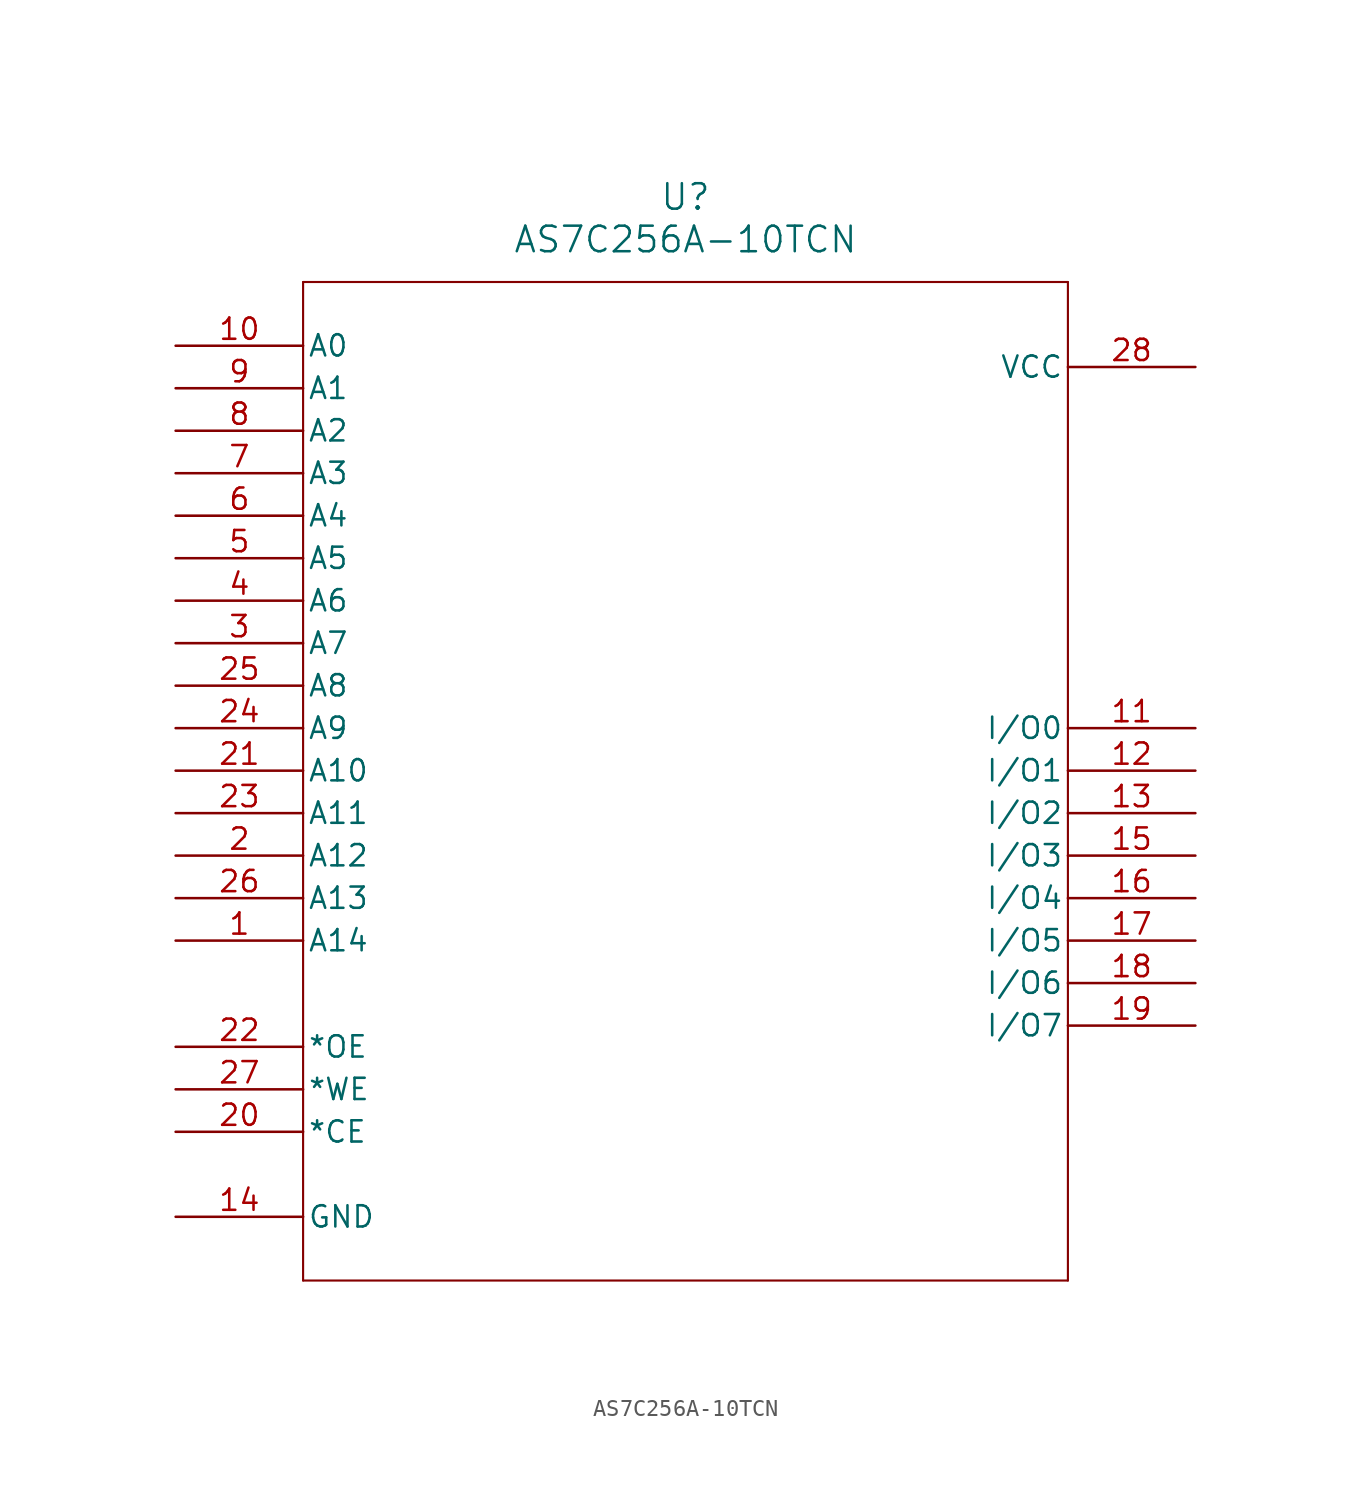
<source format=kicad_sym>
(kicad_symbol_lib
  (version 20241209)
  (generator "kicad_symbol_editor")
  (generator_version "9.0")
  (symbol "AS7C256A-10TCN"
    (pin_names
      (offset 0.254))
    (property "Reference" "U"
      (at 30.48 10.16 0)
      (effects (font (size 1.524 1.524))))
    (property "Value" "AS7C256A-10TCN"
      (at 30.48 7.62 0)
      (effects (font (size 1.524 1.524))))
    (property "ki_locked" ""
      (at 0 0 0)
      (effects (font (size 1.27 1.27))))
    (symbol "AS7C256A-10TCN_0_1"
      (polyline (pts (xy 7.62 5.08) (xy 7.62 -54.61)) (stroke (width 0.127) (type default)) (fill (type none)))
      (polyline (pts (xy 7.62 -54.61) (xy 53.34 -54.61)) (stroke (width 0.127) (type default)) (fill (type none)))
      (polyline (pts (xy 53.34 5.08) (xy 7.62 5.08)) (stroke (width 0.127) (type default)) (fill (type none)))
      (polyline (pts (xy 53.34 -54.61) (xy 53.34 5.08)) (stroke (width 0.127) (type default)) (fill (type none)))
      (pin input line (at 0 1.27 0) (length 7.62) (name "A0" (effects (font (size 1.27 1.27)))) (number "10" (effects (font (size 1.27 1.27)))))
      (pin input line (at 0 -1.27 0) (length 7.62) (name "A1" (effects (font (size 1.27 1.27)))) (number "9" (effects (font (size 1.27 1.27)))))
      (pin input line (at 0 -3.81 0) (length 7.62) (name "A2" (effects (font (size 1.27 1.27)))) (number "8" (effects (font (size 1.27 1.27)))))
      (pin input line (at 0 -6.35 0) (length 7.62) (name "A3" (effects (font (size 1.27 1.27)))) (number "7" (effects (font (size 1.27 1.27)))))
      (pin input line (at 0 -8.89 0) (length 7.62) (name "A4" (effects (font (size 1.27 1.27)))) (number "6" (effects (font (size 1.27 1.27)))))
      (pin input line (at 0 -11.43 0) (length 7.62) (name "A5" (effects (font (size 1.27 1.27)))) (number "5" (effects (font (size 1.27 1.27)))))
      (pin input line (at 0 -13.97 0) (length 7.62) (name "A6" (effects (font (size 1.27 1.27)))) (number "4" (effects (font (size 1.27 1.27)))))
      (pin input line (at 0 -16.51 0) (length 7.62) (name "A7" (effects (font (size 1.27 1.27)))) (number "3" (effects (font (size 1.27 1.27)))))
      (pin input line (at 0 -19.05 0) (length 7.62) (name "A8" (effects (font (size 1.27 1.27)))) (number "25" (effects (font (size 1.27 1.27)))))
      (pin input line (at 0 -21.59 0) (length 7.62) (name "A9" (effects (font (size 1.27 1.27)))) (number "24" (effects (font (size 1.27 1.27)))))
      (pin input line (at 0 -24.13 0) (length 7.62) (name "A10" (effects (font (size 1.27 1.27)))) (number "21" (effects (font (size 1.27 1.27)))))
      (pin input line (at 0 -26.67 0) (length 7.62) (name "A11" (effects (font (size 1.27 1.27)))) (number "23" (effects (font (size 1.27 1.27)))))
      (pin input line (at 0 -29.21 0) (length 7.62) (name "A12" (effects (font (size 1.27 1.27)))) (number "2" (effects (font (size 1.27 1.27)))))
      (pin input line (at 0 -31.75 0) (length 7.62) (name "A13" (effects (font (size 1.27 1.27)))) (number "26" (effects (font (size 1.27 1.27)))))
      (pin input line (at 0 -34.29 0) (length 7.62) (name "A14" (effects (font (size 1.27 1.27)))) (number "1" (effects (font (size 1.27 1.27)))))
      (pin bidirectional line (at 0 -40.64 0) (length 7.62) (name "*OE" (effects (font (size 1.27 1.27)))) (number "22" (effects (font (size 1.27 1.27)))))
      (pin input line (at 0 -43.18 0) (length 7.62) (name "*WE" (effects (font (size 1.27 1.27)))) (number "27" (effects (font (size 1.27 1.27)))))
      (pin input line (at 0 -45.72 0) (length 7.62) (name "*CE" (effects (font (size 1.27 1.27)))) (number "20" (effects (font (size 1.27 1.27)))))
      (pin power_in line (at 0 -50.8 0) (length 7.62) (name "GND" (effects (font (size 1.27 1.27)))) (number "14" (effects (font (size 1.27 1.27)))))
      (pin power_in line (at 60.96 0 180) (length 7.62) (name "VCC" (effects (font (size 1.27 1.27)))) (number "28" (effects (font (size 1.27 1.27)))))
      (pin bidirectional line (at 60.96 -21.59 180) (length 7.62) (name "I/O0" (effects (font (size 1.27 1.27)))) (number "11" (effects (font (size 1.27 1.27)))))
      (pin bidirectional line (at 60.96 -24.13 180) (length 7.62) (name "I/O1" (effects (font (size 1.27 1.27)))) (number "12" (effects (font (size 1.27 1.27)))))
      (pin bidirectional line (at 60.96 -26.67 180) (length 7.62) (name "I/O2" (effects (font (size 1.27 1.27)))) (number "13" (effects (font (size 1.27 1.27)))))
      (pin bidirectional line (at 60.96 -29.21 180) (length 7.62) (name "I/O3" (effects (font (size 1.27 1.27)))) (number "15" (effects (font (size 1.27 1.27)))))
      (pin bidirectional line (at 60.96 -31.75 180) (length 7.62) (name "I/O4" (effects (font (size 1.27 1.27)))) (number "16" (effects (font (size 1.27 1.27)))))
      (pin bidirectional line (at 60.96 -34.29 180) (length 7.62) (name "I/O5" (effects (font (size 1.27 1.27)))) (number "17" (effects (font (size 1.27 1.27)))))
      (pin bidirectional line (at 60.96 -36.83 180) (length 7.62) (name "I/O6" (effects (font (size 1.27 1.27)))) (number "18" (effects (font (size 1.27 1.27)))))
      (pin bidirectional line (at 60.96 -39.37 180) (length 7.62) (name "I/O7" (effects (font (size 1.27 1.27)))) (number "19" (effects (font (size 1.27 1.27))))))))
</source>
